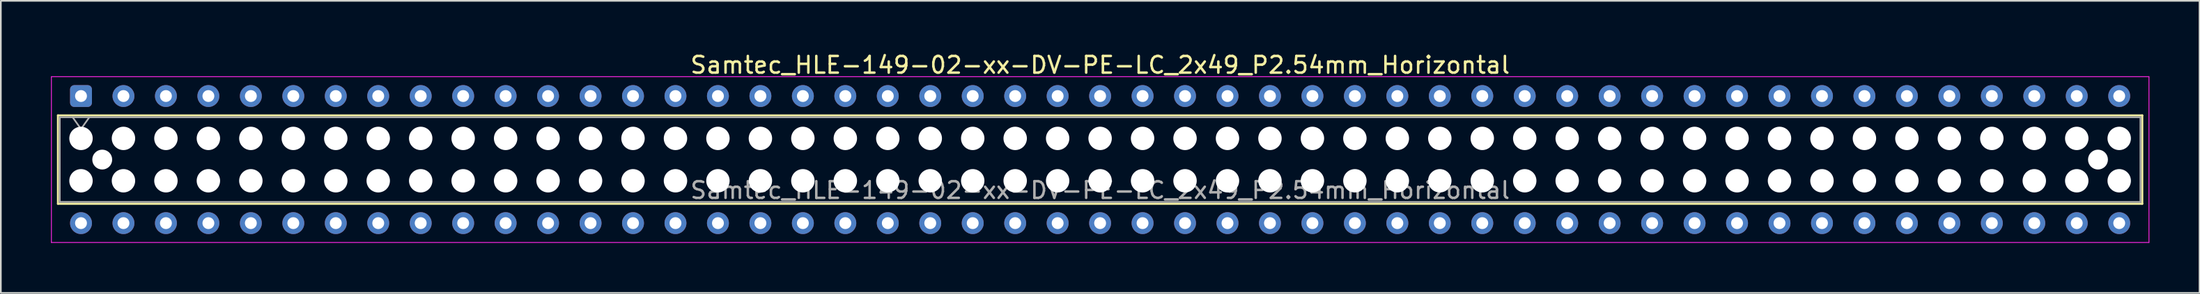
<source format=kicad_pcb>
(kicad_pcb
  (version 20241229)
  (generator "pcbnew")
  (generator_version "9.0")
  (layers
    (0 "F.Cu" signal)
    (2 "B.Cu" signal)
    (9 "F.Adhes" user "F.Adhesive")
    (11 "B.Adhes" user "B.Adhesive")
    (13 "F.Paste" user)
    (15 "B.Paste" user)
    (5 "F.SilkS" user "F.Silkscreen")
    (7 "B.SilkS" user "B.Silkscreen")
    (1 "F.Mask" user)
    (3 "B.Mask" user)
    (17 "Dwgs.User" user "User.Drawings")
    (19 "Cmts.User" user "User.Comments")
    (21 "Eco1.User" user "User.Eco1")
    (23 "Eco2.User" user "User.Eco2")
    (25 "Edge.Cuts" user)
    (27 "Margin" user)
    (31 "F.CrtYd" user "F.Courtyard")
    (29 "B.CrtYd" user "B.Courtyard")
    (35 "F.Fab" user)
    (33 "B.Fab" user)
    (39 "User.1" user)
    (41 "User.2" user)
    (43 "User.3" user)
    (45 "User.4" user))
  (footprint "Samtec_HLE-149-02-xx-DV-PE-LC_2x49_P2.54mm_Horizontal"
    (layer "F.Cu")
    (at 1.795 2.708)
    (property "Reference" "Samtec_HLE-149-02-xx-DV-PE-LC_2x49_P2.54mm_Horizontal" (at 60.96 -1.86 0) (layer "F.SilkS") (effects (font (size 1 1) (thickness 0.15))))
    (attr through_hole)
    (fp_line (start -1.38 1.16) (end 123.3 1.16) (stroke (width 0.12) (type solid)) (layer "F.SilkS"))
    (fp_line (start -1.38 6.46) (end -1.38 1.16) (stroke (width 0.12) (type solid)) (layer "F.SilkS"))
    (fp_line (start 123.3 1.16) (end 123.3 6.46) (stroke (width 0.12) (type solid)) (layer "F.SilkS"))
    (fp_line (start 123.3 6.46) (end -1.38 6.46) (stroke (width 0.12) (type solid)) (layer "F.SilkS"))
    (fp_line (start -1.77 -1.16) (end 123.7 -1.16) (stroke (width 0.05) (type solid)) (layer "F.CrtYd"))
    (fp_line (start -1.77 8.78) (end -1.77 -1.16) (stroke (width 0.05) (type solid)) (layer "F.CrtYd"))
    (fp_line (start 123.7 -1.16) (end 123.7 8.78) (stroke (width 0.05) (type solid)) (layer "F.CrtYd"))
    (fp_line (start 123.7 8.78) (end -1.77 8.78) (stroke (width 0.05) (type solid)) (layer "F.CrtYd"))
    (fp_line (start -1.27 1.27) (end 123.19 1.27) (stroke (width 0.1) (type solid)) (layer "F.Fab"))
    (fp_line (start -1.27 6.35) (end -1.27 1.27) (stroke (width 0.1) (type solid)) (layer "F.Fab"))
    (fp_line (start -0.5 1.27) (end 0 1.977) (stroke (width 0.1) (type solid)) (layer "F.Fab"))
    (fp_line (start 0 1.977) (end 0.5 1.27) (stroke (width 0.1) (type solid)) (layer "F.Fab"))
    (fp_line (start 123.19 1.27) (end 123.19 6.35) (stroke (width 0.1) (type solid)) (layer "F.Fab"))
    (fp_line (start 123.19 6.35) (end -1.27 6.35) (stroke (width 0.1) (type solid)) (layer "F.Fab"))
    (fp_text user "${REFERENCE}" (at 60.96 5.65 0) (layer "F.Fab") (effects (font (size 1 1) (thickness 0.15))))
    (pad "" np_thru_hole circle (at 0 2.54) (size 1.4 1.4) (drill 1.4) (layers "*.Cu" "*.Mask"))
    (pad "" np_thru_hole circle (at 0 5.08) (size 1.4 1.4) (drill 1.4) (layers "*.Cu" "*.Mask"))
    (pad "" np_thru_hole circle (at 1.27 3.81) (size 1.19 1.19) (drill 1.19) (layers "*.Cu" "*.Mask"))
    (pad "" np_thru_hole circle (at 2.54 2.54) (size 1.4 1.4) (drill 1.4) (layers "*.Cu" "*.Mask"))
    (pad "" np_thru_hole circle (at 2.54 5.08) (size 1.4 1.4) (drill 1.4) (layers "*.Cu" "*.Mask"))
    (pad "" np_thru_hole circle (at 5.08 2.54) (size 1.4 1.4) (drill 1.4) (layers "*.Cu" "*.Mask"))
    (pad "" np_thru_hole circle (at 5.08 5.08) (size 1.4 1.4) (drill 1.4) (layers "*.Cu" "*.Mask"))
    (pad "" np_thru_hole circle (at 7.62 2.54) (size 1.4 1.4) (drill 1.4) (layers "*.Cu" "*.Mask"))
    (pad "" np_thru_hole circle (at 7.62 5.08) (size 1.4 1.4) (drill 1.4) (layers "*.Cu" "*.Mask"))
    (pad "" np_thru_hole circle (at 10.16 2.54) (size 1.4 1.4) (drill 1.4) (layers "*.Cu" "*.Mask"))
    (pad "" np_thru_hole circle (at 10.16 5.08) (size 1.4 1.4) (drill 1.4) (layers "*.Cu" "*.Mask"))
    (pad "" np_thru_hole circle (at 12.7 2.54) (size 1.4 1.4) (drill 1.4) (layers "*.Cu" "*.Mask"))
    (pad "" np_thru_hole circle (at 12.7 5.08) (size 1.4 1.4) (drill 1.4) (layers "*.Cu" "*.Mask"))
    (pad "" np_thru_hole circle (at 15.24 2.54) (size 1.4 1.4) (drill 1.4) (layers "*.Cu" "*.Mask"))
    (pad "" np_thru_hole circle (at 15.24 5.08) (size 1.4 1.4) (drill 1.4) (layers "*.Cu" "*.Mask"))
    (pad "" np_thru_hole circle (at 17.78 2.54) (size 1.4 1.4) (drill 1.4) (layers "*.Cu" "*.Mask"))
    (pad "" np_thru_hole circle (at 17.78 5.08) (size 1.4 1.4) (drill 1.4) (layers "*.Cu" "*.Mask"))
    (pad "" np_thru_hole circle (at 20.32 2.54) (size 1.4 1.4) (drill 1.4) (layers "*.Cu" "*.Mask"))
    (pad "" np_thru_hole circle (at 20.32 5.08) (size 1.4 1.4) (drill 1.4) (layers "*.Cu" "*.Mask"))
    (pad "" np_thru_hole circle (at 22.86 2.54) (size 1.4 1.4) (drill 1.4) (layers "*.Cu" "*.Mask"))
    (pad "" np_thru_hole circle (at 22.86 5.08) (size 1.4 1.4) (drill 1.4) (layers "*.Cu" "*.Mask"))
    (pad "" np_thru_hole circle (at 25.4 2.54) (size 1.4 1.4) (drill 1.4) (layers "*.Cu" "*.Mask"))
    (pad "" np_thru_hole circle (at 25.4 5.08) (size 1.4 1.4) (drill 1.4) (layers "*.Cu" "*.Mask"))
    (pad "" np_thru_hole circle (at 27.94 2.54) (size 1.4 1.4) (drill 1.4) (layers "*.Cu" "*.Mask"))
    (pad "" np_thru_hole circle (at 27.94 5.08) (size 1.4 1.4) (drill 1.4) (layers "*.Cu" "*.Mask"))
    (pad "" np_thru_hole circle (at 30.48 2.54) (size 1.4 1.4) (drill 1.4) (layers "*.Cu" "*.Mask"))
    (pad "" np_thru_hole circle (at 30.48 5.08) (size 1.4 1.4) (drill 1.4) (layers "*.Cu" "*.Mask"))
    (pad "" np_thru_hole circle (at 33.02 2.54) (size 1.4 1.4) (drill 1.4) (layers "*.Cu" "*.Mask"))
    (pad "" np_thru_hole circle (at 33.02 5.08) (size 1.4 1.4) (drill 1.4) (layers "*.Cu" "*.Mask"))
    (pad "" np_thru_hole circle (at 35.56 2.54) (size 1.4 1.4) (drill 1.4) (layers "*.Cu" "*.Mask"))
    (pad "" np_thru_hole circle (at 35.56 5.08) (size 1.4 1.4) (drill 1.4) (layers "*.Cu" "*.Mask"))
    (pad "" np_thru_hole circle (at 38.1 2.54) (size 1.4 1.4) (drill 1.4) (layers "*.Cu" "*.Mask"))
    (pad "" np_thru_hole circle (at 38.1 5.08) (size 1.4 1.4) (drill 1.4) (layers "*.Cu" "*.Mask"))
    (pad "" np_thru_hole circle (at 40.64 2.54) (size 1.4 1.4) (drill 1.4) (layers "*.Cu" "*.Mask"))
    (pad "" np_thru_hole circle (at 40.64 5.08) (size 1.4 1.4) (drill 1.4) (layers "*.Cu" "*.Mask"))
    (pad "" np_thru_hole circle (at 43.18 2.54) (size 1.4 1.4) (drill 1.4) (layers "*.Cu" "*.Mask"))
    (pad "" np_thru_hole circle (at 43.18 5.08) (size 1.4 1.4) (drill 1.4) (layers "*.Cu" "*.Mask"))
    (pad "" np_thru_hole circle (at 45.72 2.54) (size 1.4 1.4) (drill 1.4) (layers "*.Cu" "*.Mask"))
    (pad "" np_thru_hole circle (at 45.72 5.08) (size 1.4 1.4) (drill 1.4) (layers "*.Cu" "*.Mask"))
    (pad "" np_thru_hole circle (at 48.26 2.54) (size 1.4 1.4) (drill 1.4) (layers "*.Cu" "*.Mask"))
    (pad "" np_thru_hole circle (at 48.26 5.08) (size 1.4 1.4) (drill 1.4) (layers "*.Cu" "*.Mask"))
    (pad "" np_thru_hole circle (at 50.8 2.54) (size 1.4 1.4) (drill 1.4) (layers "*.Cu" "*.Mask"))
    (pad "" np_thru_hole circle (at 50.8 5.08) (size 1.4 1.4) (drill 1.4) (layers "*.Cu" "*.Mask"))
    (pad "" np_thru_hole circle (at 53.34 2.54) (size 1.4 1.4) (drill 1.4) (layers "*.Cu" "*.Mask"))
    (pad "" np_thru_hole circle (at 53.34 5.08) (size 1.4 1.4) (drill 1.4) (layers "*.Cu" "*.Mask"))
    (pad "" np_thru_hole circle (at 55.88 2.54) (size 1.4 1.4) (drill 1.4) (layers "*.Cu" "*.Mask"))
    (pad "" np_thru_hole circle (at 55.88 5.08) (size 1.4 1.4) (drill 1.4) (layers "*.Cu" "*.Mask"))
    (pad "" np_thru_hole circle (at 58.42 2.54) (size 1.4 1.4) (drill 1.4) (layers "*.Cu" "*.Mask"))
    (pad "" np_thru_hole circle (at 58.42 5.08) (size 1.4 1.4) (drill 1.4) (layers "*.Cu" "*.Mask"))
    (pad "" np_thru_hole circle (at 60.96 2.54) (size 1.4 1.4) (drill 1.4) (layers "*.Cu" "*.Mask"))
    (pad "" np_thru_hole circle (at 60.96 5.08) (size 1.4 1.4) (drill 1.4) (layers "*.Cu" "*.Mask"))
    (pad "" np_thru_hole circle (at 63.5 2.54) (size 1.4 1.4) (drill 1.4) (layers "*.Cu" "*.Mask"))
    (pad "" np_thru_hole circle (at 63.5 5.08) (size 1.4 1.4) (drill 1.4) (layers "*.Cu" "*.Mask"))
    (pad "" np_thru_hole circle (at 66.04 2.54) (size 1.4 1.4) (drill 1.4) (layers "*.Cu" "*.Mask"))
    (pad "" np_thru_hole circle (at 66.04 5.08) (size 1.4 1.4) (drill 1.4) (layers "*.Cu" "*.Mask"))
    (pad "" np_thru_hole circle (at 68.58 2.54) (size 1.4 1.4) (drill 1.4) (layers "*.Cu" "*.Mask"))
    (pad "" np_thru_hole circle (at 68.58 5.08) (size 1.4 1.4) (drill 1.4) (layers "*.Cu" "*.Mask"))
    (pad "" np_thru_hole circle (at 71.12 2.54) (size 1.4 1.4) (drill 1.4) (layers "*.Cu" "*.Mask"))
    (pad "" np_thru_hole circle (at 71.12 5.08) (size 1.4 1.4) (drill 1.4) (layers "*.Cu" "*.Mask"))
    (pad "" np_thru_hole circle (at 73.66 2.54) (size 1.4 1.4) (drill 1.4) (layers "*.Cu" "*.Mask"))
    (pad "" np_thru_hole circle (at 73.66 5.08) (size 1.4 1.4) (drill 1.4) (layers "*.Cu" "*.Mask"))
    (pad "" np_thru_hole circle (at 76.2 2.54) (size 1.4 1.4) (drill 1.4) (layers "*.Cu" "*.Mask"))
    (pad "" np_thru_hole circle (at 76.2 5.08) (size 1.4 1.4) (drill 1.4) (layers "*.Cu" "*.Mask"))
    (pad "" np_thru_hole circle (at 78.74 2.54) (size 1.4 1.4) (drill 1.4) (layers "*.Cu" "*.Mask"))
    (pad "" np_thru_hole circle (at 78.74 5.08) (size 1.4 1.4) (drill 1.4) (layers "*.Cu" "*.Mask"))
    (pad "" np_thru_hole circle (at 81.28 2.54) (size 1.4 1.4) (drill 1.4) (layers "*.Cu" "*.Mask"))
    (pad "" np_thru_hole circle (at 81.28 5.08) (size 1.4 1.4) (drill 1.4) (layers "*.Cu" "*.Mask"))
    (pad "" np_thru_hole circle (at 83.82 2.54) (size 1.4 1.4) (drill 1.4) (layers "*.Cu" "*.Mask"))
    (pad "" np_thru_hole circle (at 83.82 5.08) (size 1.4 1.4) (drill 1.4) (layers "*.Cu" "*.Mask"))
    (pad "" np_thru_hole circle (at 86.36 2.54) (size 1.4 1.4) (drill 1.4) (layers "*.Cu" "*.Mask"))
    (pad "" np_thru_hole circle (at 86.36 5.08) (size 1.4 1.4) (drill 1.4) (layers "*.Cu" "*.Mask"))
    (pad "" np_thru_hole circle (at 88.9 2.54) (size 1.4 1.4) (drill 1.4) (layers "*.Cu" "*.Mask"))
    (pad "" np_thru_hole circle (at 88.9 5.08) (size 1.4 1.4) (drill 1.4) (layers "*.Cu" "*.Mask"))
    (pad "" np_thru_hole circle (at 91.44 2.54) (size 1.4 1.4) (drill 1.4) (layers "*.Cu" "*.Mask"))
    (pad "" np_thru_hole circle (at 91.44 5.08) (size 1.4 1.4) (drill 1.4) (layers "*.Cu" "*.Mask"))
    (pad "" np_thru_hole circle (at 93.98 2.54) (size 1.4 1.4) (drill 1.4) (layers "*.Cu" "*.Mask"))
    (pad "" np_thru_hole circle (at 93.98 5.08) (size 1.4 1.4) (drill 1.4) (layers "*.Cu" "*.Mask"))
    (pad "" np_thru_hole circle (at 96.52 2.54) (size 1.4 1.4) (drill 1.4) (layers "*.Cu" "*.Mask"))
    (pad "" np_thru_hole circle (at 96.52 5.08) (size 1.4 1.4) (drill 1.4) (layers "*.Cu" "*.Mask"))
    (pad "" np_thru_hole circle (at 99.06 2.54) (size 1.4 1.4) (drill 1.4) (layers "*.Cu" "*.Mask"))
    (pad "" np_thru_hole circle (at 99.06 5.08) (size 1.4 1.4) (drill 1.4) (layers "*.Cu" "*.Mask"))
    (pad "" np_thru_hole circle (at 101.6 2.54) (size 1.4 1.4) (drill 1.4) (layers "*.Cu" "*.Mask"))
    (pad "" np_thru_hole circle (at 101.6 5.08) (size 1.4 1.4) (drill 1.4) (layers "*.Cu" "*.Mask"))
    (pad "" np_thru_hole circle (at 104.14 2.54) (size 1.4 1.4) (drill 1.4) (layers "*.Cu" "*.Mask"))
    (pad "" np_thru_hole circle (at 104.14 5.08) (size 1.4 1.4) (drill 1.4) (layers "*.Cu" "*.Mask"))
    (pad "" np_thru_hole circle (at 106.68 2.54) (size 1.4 1.4) (drill 1.4) (layers "*.Cu" "*.Mask"))
    (pad "" np_thru_hole circle (at 106.68 5.08) (size 1.4 1.4) (drill 1.4) (layers "*.Cu" "*.Mask"))
    (pad "" np_thru_hole circle (at 109.22 2.54) (size 1.4 1.4) (drill 1.4) (layers "*.Cu" "*.Mask"))
    (pad "" np_thru_hole circle (at 109.22 5.08) (size 1.4 1.4) (drill 1.4) (layers "*.Cu" "*.Mask"))
    (pad "" np_thru_hole circle (at 111.76 2.54) (size 1.4 1.4) (drill 1.4) (layers "*.Cu" "*.Mask"))
    (pad "" np_thru_hole circle (at 111.76 5.08) (size 1.4 1.4) (drill 1.4) (layers "*.Cu" "*.Mask"))
    (pad "" np_thru_hole circle (at 114.3 2.54) (size 1.4 1.4) (drill 1.4) (layers "*.Cu" "*.Mask"))
    (pad "" np_thru_hole circle (at 114.3 5.08) (size 1.4 1.4) (drill 1.4) (layers "*.Cu" "*.Mask"))
    (pad "" np_thru_hole circle (at 116.84 2.54) (size 1.4 1.4) (drill 1.4) (layers "*.Cu" "*.Mask"))
    (pad "" np_thru_hole circle (at 116.84 5.08) (size 1.4 1.4) (drill 1.4) (layers "*.Cu" "*.Mask"))
    (pad "" np_thru_hole circle (at 119.38 2.54) (size 1.4 1.4) (drill 1.4) (layers "*.Cu" "*.Mask"))
    (pad "" np_thru_hole circle (at 119.38 5.08) (size 1.4 1.4) (drill 1.4) (layers "*.Cu" "*.Mask"))
    (pad "" np_thru_hole circle (at 120.65 3.81) (size 1.19 1.19) (drill 1.19) (layers "*.Cu" "*.Mask"))
    (pad "" np_thru_hole circle (at 121.92 2.54) (size 1.4 1.4) (drill 1.4) (layers "*.Cu" "*.Mask"))
    (pad "" np_thru_hole circle (at 121.92 5.08) (size 1.4 1.4) (drill 1.4) (layers "*.Cu" "*.Mask"))
    (pad "1" thru_hole roundrect (at 0 0) (size 1.31 1.31) (drill 0.71) (layers "*.Cu" "*.Mask") (roundrect_rratio 0.191))
    (pad "2" thru_hole circle (at 0 7.62) (size 1.31 1.31) (drill 0.71) (layers "*.Cu" "*.Mask"))
    (pad "3" thru_hole circle (at 2.54 0) (size 1.31 1.31) (drill 0.71) (layers "*.Cu" "*.Mask"))
    (pad "4" thru_hole circle (at 2.54 7.62) (size 1.31 1.31) (drill 0.71) (layers "*.Cu" "*.Mask"))
    (pad "5" thru_hole circle (at 5.08 0) (size 1.31 1.31) (drill 0.71) (layers "*.Cu" "*.Mask"))
    (pad "6" thru_hole circle (at 5.08 7.62) (size 1.31 1.31) (drill 0.71) (layers "*.Cu" "*.Mask"))
    (pad "7" thru_hole circle (at 7.62 0) (size 1.31 1.31) (drill 0.71) (layers "*.Cu" "*.Mask"))
    (pad "8" thru_hole circle (at 7.62 7.62) (size 1.31 1.31) (drill 0.71) (layers "*.Cu" "*.Mask"))
    (pad "9" thru_hole circle (at 10.16 0) (size 1.31 1.31) (drill 0.71) (layers "*.Cu" "*.Mask"))
    (pad "10" thru_hole circle (at 10.16 7.62) (size 1.31 1.31) (drill 0.71) (layers "*.Cu" "*.Mask"))
    (pad "11" thru_hole circle (at 12.7 0) (size 1.31 1.31) (drill 0.71) (layers "*.Cu" "*.Mask"))
    (pad "12" thru_hole circle (at 12.7 7.62) (size 1.31 1.31) (drill 0.71) (layers "*.Cu" "*.Mask"))
    (pad "13" thru_hole circle (at 15.24 0) (size 1.31 1.31) (drill 0.71) (layers "*.Cu" "*.Mask"))
    (pad "14" thru_hole circle (at 15.24 7.62) (size 1.31 1.31) (drill 0.71) (layers "*.Cu" "*.Mask"))
    (pad "15" thru_hole circle (at 17.78 0) (size 1.31 1.31) (drill 0.71) (layers "*.Cu" "*.Mask"))
    (pad "16" thru_hole circle (at 17.78 7.62) (size 1.31 1.31) (drill 0.71) (layers "*.Cu" "*.Mask"))
    (pad "17" thru_hole circle (at 20.32 0) (size 1.31 1.31) (drill 0.71) (layers "*.Cu" "*.Mask"))
    (pad "18" thru_hole circle (at 20.32 7.62) (size 1.31 1.31) (drill 0.71) (layers "*.Cu" "*.Mask"))
    (pad "19" thru_hole circle (at 22.86 0) (size 1.31 1.31) (drill 0.71) (layers "*.Cu" "*.Mask"))
    (pad "20" thru_hole circle (at 22.86 7.62) (size 1.31 1.31) (drill 0.71) (layers "*.Cu" "*.Mask"))
    (pad "21" thru_hole circle (at 25.4 0) (size 1.31 1.31) (drill 0.71) (layers "*.Cu" "*.Mask"))
    (pad "22" thru_hole circle (at 25.4 7.62) (size 1.31 1.31) (drill 0.71) (layers "*.Cu" "*.Mask"))
    (pad "23" thru_hole circle (at 27.94 0) (size 1.31 1.31) (drill 0.71) (layers "*.Cu" "*.Mask"))
    (pad "24" thru_hole circle (at 27.94 7.62) (size 1.31 1.31) (drill 0.71) (layers "*.Cu" "*.Mask"))
    (pad "25" thru_hole circle (at 30.48 0) (size 1.31 1.31) (drill 0.71) (layers "*.Cu" "*.Mask"))
    (pad "26" thru_hole circle (at 30.48 7.62) (size 1.31 1.31) (drill 0.71) (layers "*.Cu" "*.Mask"))
    (pad "27" thru_hole circle (at 33.02 0) (size 1.31 1.31) (drill 0.71) (layers "*.Cu" "*.Mask"))
    (pad "28" thru_hole circle (at 33.02 7.62) (size 1.31 1.31) (drill 0.71) (layers "*.Cu" "*.Mask"))
    (pad "29" thru_hole circle (at 35.56 0) (size 1.31 1.31) (drill 0.71) (layers "*.Cu" "*.Mask"))
    (pad "30" thru_hole circle (at 35.56 7.62) (size 1.31 1.31) (drill 0.71) (layers "*.Cu" "*.Mask"))
    (pad "31" thru_hole circle (at 38.1 0) (size 1.31 1.31) (drill 0.71) (layers "*.Cu" "*.Mask"))
    (pad "32" thru_hole circle (at 38.1 7.62) (size 1.31 1.31) (drill 0.71) (layers "*.Cu" "*.Mask"))
    (pad "33" thru_hole circle (at 40.64 0) (size 1.31 1.31) (drill 0.71) (layers "*.Cu" "*.Mask"))
    (pad "34" thru_hole circle (at 40.64 7.62) (size 1.31 1.31) (drill 0.71) (layers "*.Cu" "*.Mask"))
    (pad "35" thru_hole circle (at 43.18 0) (size 1.31 1.31) (drill 0.71) (layers "*.Cu" "*.Mask"))
    (pad "36" thru_hole circle (at 43.18 7.62) (size 1.31 1.31) (drill 0.71) (layers "*.Cu" "*.Mask"))
    (pad "37" thru_hole circle (at 45.72 0) (size 1.31 1.31) (drill 0.71) (layers "*.Cu" "*.Mask"))
    (pad "38" thru_hole circle (at 45.72 7.62) (size 1.31 1.31) (drill 0.71) (layers "*.Cu" "*.Mask"))
    (pad "39" thru_hole circle (at 48.26 0) (size 1.31 1.31) (drill 0.71) (layers "*.Cu" "*.Mask"))
    (pad "40" thru_hole circle (at 48.26 7.62) (size 1.31 1.31) (drill 0.71) (layers "*.Cu" "*.Mask"))
    (pad "41" thru_hole circle (at 50.8 0) (size 1.31 1.31) (drill 0.71) (layers "*.Cu" "*.Mask"))
    (pad "42" thru_hole circle (at 50.8 7.62) (size 1.31 1.31) (drill 0.71) (layers "*.Cu" "*.Mask"))
    (pad "43" thru_hole circle (at 53.34 0) (size 1.31 1.31) (drill 0.71) (layers "*.Cu" "*.Mask"))
    (pad "44" thru_hole circle (at 53.34 7.62) (size 1.31 1.31) (drill 0.71) (layers "*.Cu" "*.Mask"))
    (pad "45" thru_hole circle (at 55.88 0) (size 1.31 1.31) (drill 0.71) (layers "*.Cu" "*.Mask"))
    (pad "46" thru_hole circle (at 55.88 7.62) (size 1.31 1.31) (drill 0.71) (layers "*.Cu" "*.Mask"))
    (pad "47" thru_hole circle (at 58.42 0) (size 1.31 1.31) (drill 0.71) (layers "*.Cu" "*.Mask"))
    (pad "48" thru_hole circle (at 58.42 7.62) (size 1.31 1.31) (drill 0.71) (layers "*.Cu" "*.Mask"))
    (pad "49" thru_hole circle (at 60.96 0) (size 1.31 1.31) (drill 0.71) (layers "*.Cu" "*.Mask"))
    (pad "50" thru_hole circle (at 60.96 7.62) (size 1.31 1.31) (drill 0.71) (layers "*.Cu" "*.Mask"))
    (pad "51" thru_hole circle (at 63.5 0) (size 1.31 1.31) (drill 0.71) (layers "*.Cu" "*.Mask"))
    (pad "52" thru_hole circle (at 63.5 7.62) (size 1.31 1.31) (drill 0.71) (layers "*.Cu" "*.Mask"))
    (pad "53" thru_hole circle (at 66.04 0) (size 1.31 1.31) (drill 0.71) (layers "*.Cu" "*.Mask"))
    (pad "54" thru_hole circle (at 66.04 7.62) (size 1.31 1.31) (drill 0.71) (layers "*.Cu" "*.Mask"))
    (pad "55" thru_hole circle (at 68.58 0) (size 1.31 1.31) (drill 0.71) (layers "*.Cu" "*.Mask"))
    (pad "56" thru_hole circle (at 68.58 7.62) (size 1.31 1.31) (drill 0.71) (layers "*.Cu" "*.Mask"))
    (pad "57" thru_hole circle (at 71.12 0) (size 1.31 1.31) (drill 0.71) (layers "*.Cu" "*.Mask"))
    (pad "58" thru_hole circle (at 71.12 7.62) (size 1.31 1.31) (drill 0.71) (layers "*.Cu" "*.Mask"))
    (pad "59" thru_hole circle (at 73.66 0) (size 1.31 1.31) (drill 0.71) (layers "*.Cu" "*.Mask"))
    (pad "60" thru_hole circle (at 73.66 7.62) (size 1.31 1.31) (drill 0.71) (layers "*.Cu" "*.Mask"))
    (pad "61" thru_hole circle (at 76.2 0) (size 1.31 1.31) (drill 0.71) (layers "*.Cu" "*.Mask"))
    (pad "62" thru_hole circle (at 76.2 7.62) (size 1.31 1.31) (drill 0.71) (layers "*.Cu" "*.Mask"))
    (pad "63" thru_hole circle (at 78.74 0) (size 1.31 1.31) (drill 0.71) (layers "*.Cu" "*.Mask"))
    (pad "64" thru_hole circle (at 78.74 7.62) (size 1.31 1.31) (drill 0.71) (layers "*.Cu" "*.Mask"))
    (pad "65" thru_hole circle (at 81.28 0) (size 1.31 1.31) (drill 0.71) (layers "*.Cu" "*.Mask"))
    (pad "66" thru_hole circle (at 81.28 7.62) (size 1.31 1.31) (drill 0.71) (layers "*.Cu" "*.Mask"))
    (pad "67" thru_hole circle (at 83.82 0) (size 1.31 1.31) (drill 0.71) (layers "*.Cu" "*.Mask"))
    (pad "68" thru_hole circle (at 83.82 7.62) (size 1.31 1.31) (drill 0.71) (layers "*.Cu" "*.Mask"))
    (pad "69" thru_hole circle (at 86.36 0) (size 1.31 1.31) (drill 0.71) (layers "*.Cu" "*.Mask"))
    (pad "70" thru_hole circle (at 86.36 7.62) (size 1.31 1.31) (drill 0.71) (layers "*.Cu" "*.Mask"))
    (pad "71" thru_hole circle (at 88.9 0) (size 1.31 1.31) (drill 0.71) (layers "*.Cu" "*.Mask"))
    (pad "72" thru_hole circle (at 88.9 7.62) (size 1.31 1.31) (drill 0.71) (layers "*.Cu" "*.Mask"))
    (pad "73" thru_hole circle (at 91.44 0) (size 1.31 1.31) (drill 0.71) (layers "*.Cu" "*.Mask"))
    (pad "74" thru_hole circle (at 91.44 7.62) (size 1.31 1.31) (drill 0.71) (layers "*.Cu" "*.Mask"))
    (pad "75" thru_hole circle (at 93.98 0) (size 1.31 1.31) (drill 0.71) (layers "*.Cu" "*.Mask"))
    (pad "76" thru_hole circle (at 93.98 7.62) (size 1.31 1.31) (drill 0.71) (layers "*.Cu" "*.Mask"))
    (pad "77" thru_hole circle (at 96.52 0) (size 1.31 1.31) (drill 0.71) (layers "*.Cu" "*.Mask"))
    (pad "78" thru_hole circle (at 96.52 7.62) (size 1.31 1.31) (drill 0.71) (layers "*.Cu" "*.Mask"))
    (pad "79" thru_hole circle (at 99.06 0) (size 1.31 1.31) (drill 0.71) (layers "*.Cu" "*.Mask"))
    (pad "80" thru_hole circle (at 99.06 7.62) (size 1.31 1.31) (drill 0.71) (layers "*.Cu" "*.Mask"))
    (pad "81" thru_hole circle (at 101.6 0) (size 1.31 1.31) (drill 0.71) (layers "*.Cu" "*.Mask"))
    (pad "82" thru_hole circle (at 101.6 7.62) (size 1.31 1.31) (drill 0.71) (layers "*.Cu" "*.Mask"))
    (pad "83" thru_hole circle (at 104.14 0) (size 1.31 1.31) (drill 0.71) (layers "*.Cu" "*.Mask"))
    (pad "84" thru_hole circle (at 104.14 7.62) (size 1.31 1.31) (drill 0.71) (layers "*.Cu" "*.Mask"))
    (pad "85" thru_hole circle (at 106.68 0) (size 1.31 1.31) (drill 0.71) (layers "*.Cu" "*.Mask"))
    (pad "86" thru_hole circle (at 106.68 7.62) (size 1.31 1.31) (drill 0.71) (layers "*.Cu" "*.Mask"))
    (pad "87" thru_hole circle (at 109.22 0) (size 1.31 1.31) (drill 0.71) (layers "*.Cu" "*.Mask"))
    (pad "88" thru_hole circle (at 109.22 7.62) (size 1.31 1.31) (drill 0.71) (layers "*.Cu" "*.Mask"))
    (pad "89" thru_hole circle (at 111.76 0) (size 1.31 1.31) (drill 0.71) (layers "*.Cu" "*.Mask"))
    (pad "90" thru_hole circle (at 111.76 7.62) (size 1.31 1.31) (drill 0.71) (layers "*.Cu" "*.Mask"))
    (pad "91" thru_hole circle (at 114.3 0) (size 1.31 1.31) (drill 0.71) (layers "*.Cu" "*.Mask"))
    (pad "92" thru_hole circle (at 114.3 7.62) (size 1.31 1.31) (drill 0.71) (layers "*.Cu" "*.Mask"))
    (pad "93" thru_hole circle (at 116.84 0) (size 1.31 1.31) (drill 0.71) (layers "*.Cu" "*.Mask"))
    (pad "94" thru_hole circle (at 116.84 7.62) (size 1.31 1.31) (drill 0.71) (layers "*.Cu" "*.Mask"))
    (pad "95" thru_hole circle (at 119.38 0) (size 1.31 1.31) (drill 0.71) (layers "*.Cu" "*.Mask"))
    (pad "96" thru_hole circle (at 119.38 7.62) (size 1.31 1.31) (drill 0.71) (layers "*.Cu" "*.Mask"))
    (pad "97" thru_hole circle (at 121.92 0) (size 1.31 1.31) (drill 0.71) (layers "*.Cu" "*.Mask"))
    (pad "98" thru_hole circle (at 121.92 7.62) (size 1.31 1.31) (drill 0.71) (layers "*.Cu" "*.Mask")))
  (gr_rect
    (start -3 -3)
    (end 128.52 14.513)
    (stroke (width 0.1) (type default))
    (fill no)
    (layer "Edge.Cuts")))
</source>
